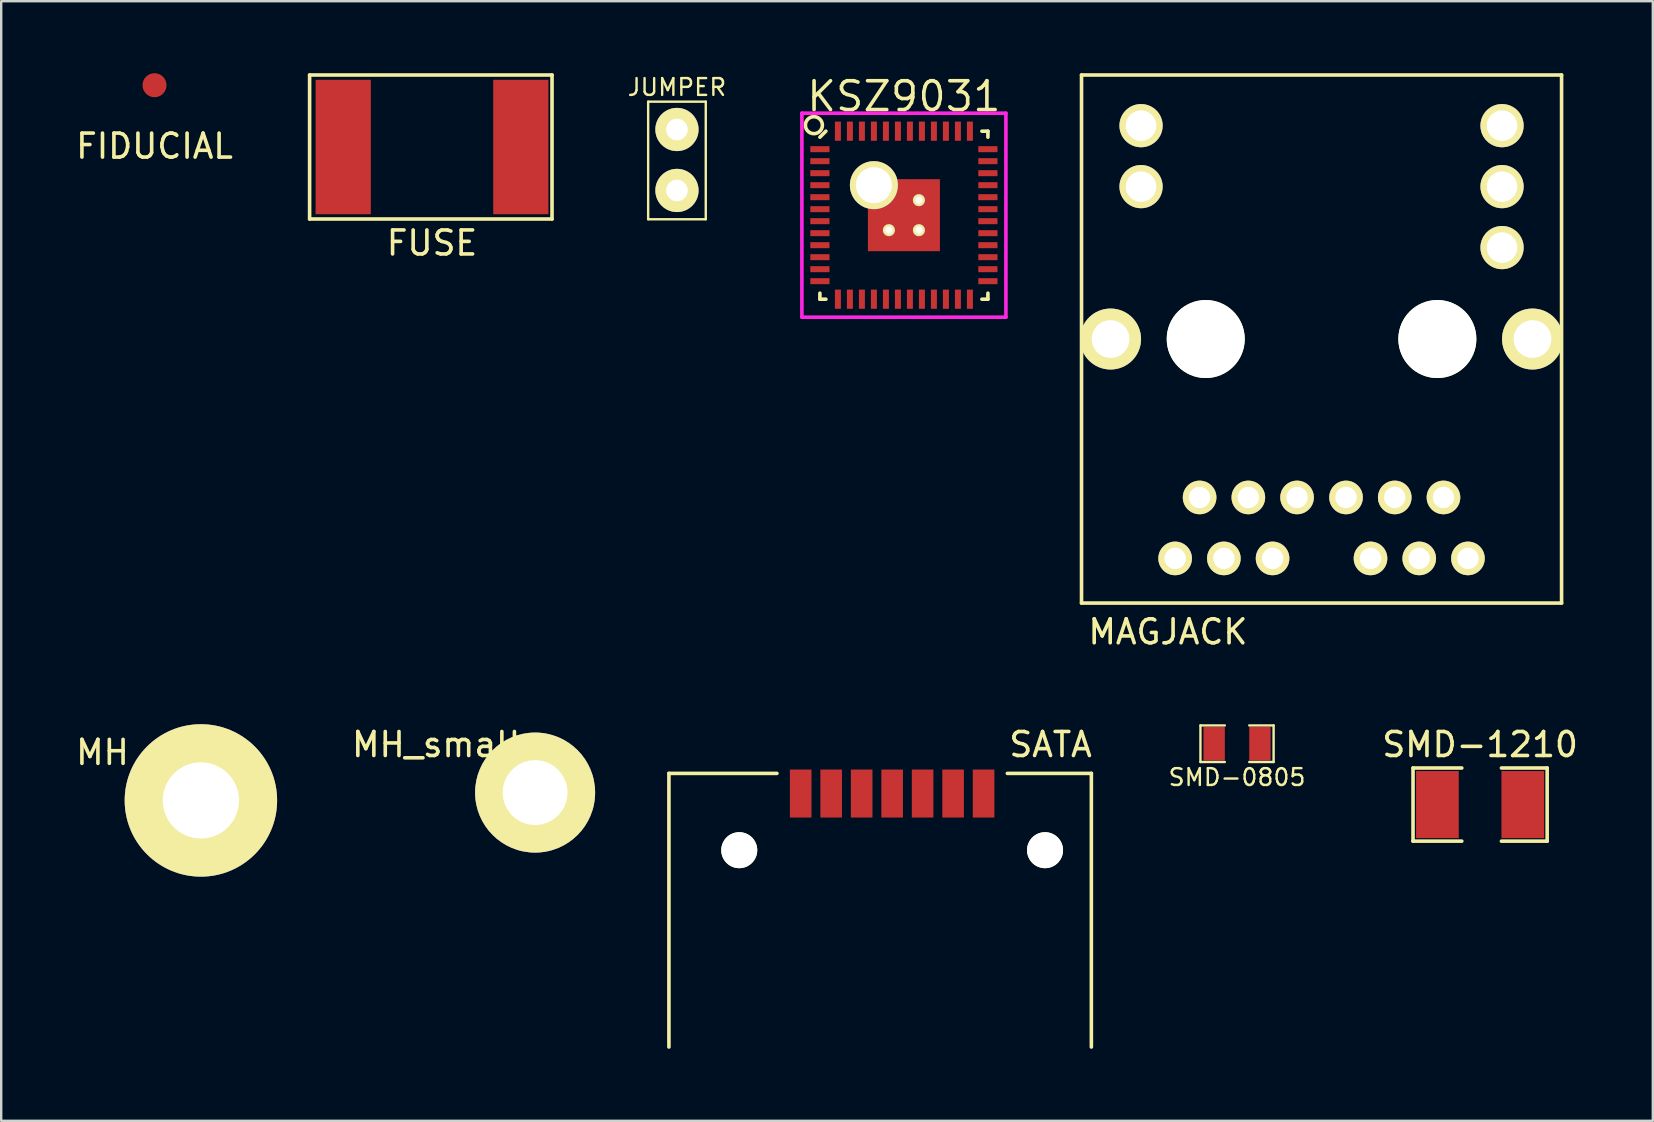
<source format=kicad_pcb>
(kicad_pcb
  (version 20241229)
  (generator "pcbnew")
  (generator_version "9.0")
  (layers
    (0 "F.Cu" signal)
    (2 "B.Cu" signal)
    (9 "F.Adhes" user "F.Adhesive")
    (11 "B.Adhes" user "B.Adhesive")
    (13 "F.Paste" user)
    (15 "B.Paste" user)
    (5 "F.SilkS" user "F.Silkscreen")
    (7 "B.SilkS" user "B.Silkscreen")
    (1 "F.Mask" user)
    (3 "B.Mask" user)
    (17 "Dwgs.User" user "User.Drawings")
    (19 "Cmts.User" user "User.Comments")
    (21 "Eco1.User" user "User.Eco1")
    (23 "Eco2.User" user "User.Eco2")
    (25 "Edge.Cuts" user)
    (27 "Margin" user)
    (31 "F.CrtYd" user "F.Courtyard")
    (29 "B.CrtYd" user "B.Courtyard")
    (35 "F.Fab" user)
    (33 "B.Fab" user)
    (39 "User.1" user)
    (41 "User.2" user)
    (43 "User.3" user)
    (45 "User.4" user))
  (footprint "FIDUCIAL"
    (layer "F.Cu")
    (at 3.387 0.5)
    (property "Reference" "FIDUCIAL" (at 0 2.54 0) (layer "F.SilkS") (effects (font (size 1 1) (thickness 0.15))))
    (attr through_hole)
    (pad "1" smd circle (at 0 0) (size 1 1) (layers "F.Cu" "F.Mask" "F.Paste")))
  (footprint "MAGJACK"
    (layer "F.Cu")
    (at 52.009 11.075)
    (property "Reference" "MAGJACK" (at -6.4 12.2 0) (layer "F.SilkS") (effects (font (size 1 1) (thickness 0.15))))
    (attr through_hole)
    (fp_line (start -10 -11) (end 10 -11) (stroke (width 0.15) (type solid)) (layer "F.SilkS"))
    (fp_line (start -10 11) (end -10 -11) (stroke (width 0.15) (type solid)) (layer "F.SilkS"))
    (fp_line (start 10 -11) (end 10 11) (stroke (width 0.15) (type solid)) (layer "F.SilkS"))
    (fp_line (start 10 11) (end -10 11) (stroke (width 0.15) (type solid)) (layer "F.SilkS"))
    (pad "" np_thru_hole circle (at -4.825 0) (size 3.25 3.25) (drill 3.25) (layers "*.Cu" "*.Mask" "F.SilkS"))
    (pad "" np_thru_hole circle (at 4.825 0) (size 3.25 3.25) (drill 3.25) (layers "*.Cu" "*.Mask" "F.SilkS"))
    (pad "1" thru_hole circle (at -5.08 6.6) (size 1.4 1.4) (drill 0.89) (layers "*.Cu" "*.Mask" "F.SilkS"))
    (pad "2" thru_hole circle (at -3.05 6.6) (size 1.4 1.4) (drill 0.89) (layers "*.Cu" "*.Mask" "F.SilkS"))
    (pad "3" thru_hole circle (at -1.02 6.6) (size 1.4 1.4) (drill 0.89) (layers "*.Cu" "*.Mask" "F.SilkS"))
    (pad "4" thru_hole circle (at 1.02 6.6) (size 1.4 1.4) (drill 0.89) (layers "*.Cu" "*.Mask" "F.SilkS"))
    (pad "5" thru_hole circle (at 3.05 6.6) (size 1.4 1.4) (drill 0.89) (layers "*.Cu" "*.Mask" "F.SilkS"))
    (pad "6" thru_hole circle (at 5.08 6.6) (size 1.4 1.4) (drill 0.89) (layers "*.Cu" "*.Mask" "F.SilkS"))
    (pad "7" thru_hole circle (at -6.1 9.14) (size 1.4 1.4) (drill 0.89) (layers "*.Cu" "*.Mask" "F.SilkS"))
    (pad "8" thru_hole circle (at -4.07 9.14) (size 1.4 1.4) (drill 0.89) (layers "*.Cu" "*.Mask" "F.SilkS"))
    (pad "9" thru_hole circle (at -2.04 9.14) (size 1.4 1.4) (drill 0.89) (layers "*.Cu" "*.Mask" "F.SilkS"))
    (pad "10" thru_hole circle (at 2.04 9.14) (size 1.4 1.4) (drill 0.89) (layers "*.Cu" "*.Mask" "F.SilkS"))
    (pad "11" thru_hole circle (at 4.07 9.14) (size 1.4 1.4) (drill 0.89) (layers "*.Cu" "*.Mask" "F.SilkS"))
    (pad "12" thru_hole circle (at 6.1 9.14) (size 1.4 1.4) (drill 0.89) (layers "*.Cu" "*.Mask" "F.SilkS"))
    (pad "13" thru_hole circle (at -7.52 -6.35) (size 1.8 1.8) (drill 1.27) (layers "*.Cu" "*.Mask" "F.SilkS"))
    (pad "14" thru_hole circle (at -7.52 -8.89) (size 1.8 1.8) (drill 1.27) (layers "*.Cu" "*.Mask" "F.SilkS"))
    (pad "15" thru_hole circle (at 7.52 -3.81) (size 1.8 1.8) (drill 1.27) (layers "*.Cu" "*.Mask" "F.SilkS"))
    (pad "16" thru_hole circle (at 7.52 -6.35) (size 1.8 1.8) (drill 1.27) (layers "*.Cu" "*.Mask" "F.SilkS"))
    (pad "17" thru_hole circle (at 7.52 -8.89) (size 1.8 1.8) (drill 1.27) (layers "*.Cu" "*.Mask" "F.SilkS"))
    (pad "18" thru_hole circle (at -8.79 0) (size 2.54 2.54) (drill 1.57) (layers "*.Cu" "*.Mask" "F.SilkS"))
    (pad "18" thru_hole circle (at 8.79 0) (size 2.54 2.54) (drill 1.57) (layers "*.Cu" "*.Mask" "F.SilkS")))
  (footprint "MH_small"
    (layer "F.Cu")
    (at 19.244 29.971)
    (property "Reference" "MH_small" (at -4.1 -2 0) (layer "F.SilkS") (effects (font (size 1 1) (thickness 0.15))))
    (attr through_hole)
    (pad "" np_thru_hole circle (at 0 0) (size 5 5) (drill 2.7) (layers "*.Cu" "*.Mask" "F.SilkS")))
  (footprint "FUSE"
    (layer "F.Cu")
    (at 14.949 3.075)
    (property "Reference" "FUSE" (at 0 4 0) (layer "F.SilkS") (effects (font (size 1 1) (thickness 0.15))))
    (attr through_hole)
    (fp_line (start -5.1 -3) (end 5 -3) (stroke (width 0.15) (type solid)) (layer "F.SilkS"))
    (fp_line (start -5.1 3) (end -5.1 -3) (stroke (width 0.15) (type solid)) (layer "F.SilkS"))
    (fp_line (start 5 -3) (end 5 3) (stroke (width 0.15) (type solid)) (layer "F.SilkS"))
    (fp_line (start 5 3) (end -5.1 3) (stroke (width 0.15) (type solid)) (layer "F.SilkS"))
    (pad "1" smd rect (at -3.7 0) (size 2.3 5.6) (layers "F.Cu" "F.Mask" "F.Paste"))
    (pad "2" smd rect (at 3.7 0) (size 2.3 5.6) (layers "F.Cu" "F.Mask" "F.Paste")))
  (footprint "SATA"
    (layer "F.Cu")
    (at 34.119 32.371)
    (property "Reference" "SATA" (at 6.6 -4.4 0) (layer "F.SilkS") (effects (font (size 1 1) (thickness 0.15))))
    (attr through_hole)
    (fp_line (start -9.3 -3.2) (end -9.3 8.2) (stroke (width 0.15) (type solid)) (layer "F.SilkS"))
    (fp_line (start -9.3 -3.2) (end -4.8 -3.2) (stroke (width 0.15) (type solid)) (layer "F.SilkS"))
    (fp_line (start 8.3 -3.2) (end 4.8 -3.2) (stroke (width 0.15) (type solid)) (layer "F.SilkS"))
    (fp_line (start 8.3 -3.2) (end 8.3 8.2) (stroke (width 0.15) (type solid)) (layer "F.SilkS"))
    (pad "" np_thru_hole circle (at -6.37 0) (size 1.5 1.5) (drill 1.5) (layers "*.Cu" "*.Mask" "F.SilkS"))
    (pad "" np_thru_hole circle (at 6.37 0) (size 1.5 1.5) (drill 1.5) (layers "*.Cu" "*.Mask" "F.SilkS"))
    (pad "1" smd rect (at 3.81 -2.36) (size 0.9 2) (layers "F.Cu" "F.Mask" "F.Paste"))
    (pad "2" smd rect (at 2.54 -2.36) (size 0.9 2) (layers "F.Cu" "F.Mask" "F.Paste"))
    (pad "3" smd rect (at 1.27 -2.36) (size 0.9 2) (layers "F.Cu" "F.Mask" "F.Paste"))
    (pad "4" smd rect (at 0 -2.36) (size 0.9 2) (layers "F.Cu" "F.Mask" "F.Paste"))
    (pad "5" smd rect (at -1.27 -2.36) (size 0.9 2) (layers "F.Cu" "F.Mask" "F.Paste"))
    (pad "6" smd rect (at -2.54 -2.36) (size 0.9 2) (layers "F.Cu" "F.Mask" "F.Paste"))
    (pad "7" smd rect (at -3.81 -2.36) (size 0.9 2) (layers "F.Cu" "F.Mask" "F.Paste")))
  (footprint "KSZ9031"
    (layer "F.Cu")
    (at 34.609 5.915)
    (property "Reference" "KSZ9031" (at 0 -4.95 0) (layer "F.SilkS") (effects (font (size 1.2 1.2) (thickness 0.15))))
    (attr through_hole)
    (fp_line (start -3.5 -3.25) (end -3.25 -3.5) (stroke (width 0.15) (type solid)) (layer "F.SilkS"))
    (fp_line (start -3.5 3.5) (end -3.5 3.25) (stroke (width 0.15) (type solid)) (layer "F.SilkS"))
    (fp_line (start -3.25 3.5) (end -3.5 3.5) (stroke (width 0.15) (type solid)) (layer "F.SilkS"))
    (fp_line (start 3.25 -3.5) (end 3.5 -3.5) (stroke (width 0.15) (type solid)) (layer "F.SilkS"))
    (fp_line (start 3.25 3.5) (end 3.5 3.5) (stroke (width 0.15) (type solid)) (layer "F.SilkS"))
    (fp_line (start 3.5 -3.5) (end 3.5 -3.25) (stroke (width 0.15) (type solid)) (layer "F.SilkS"))
    (fp_line (start 3.5 3.5) (end 3.5 3.25) (stroke (width 0.15) (type solid)) (layer "F.SilkS"))
    (fp_circle (center -3.75 -3.75) (end -4 -4) (stroke (width 0.15) (type solid)) (fill no) (layer "F.SilkS"))
    (fp_line (start -4.25 -4.25) (end 4.25 -4.25) (stroke (width 0.15) (type solid)) (layer "F.CrtYd"))
    (fp_line (start -4.25 4.25) (end -4.25 -4.25) (stroke (width 0.15) (type solid)) (layer "F.CrtYd"))
    (fp_line (start 4.25 -4.25) (end 4.25 4.25) (stroke (width 0.15) (type solid)) (layer "F.CrtYd"))
    (fp_line (start 4.25 4.25) (end -4.25 4.25) (stroke (width 0.15) (type solid)) (layer "F.CrtYd"))
    (pad "1" smd rect (at -3.5 -2.75 90) (size 0.25 0.8) (layers "F.Cu" "F.Mask" "F.Paste"))
    (pad "2" smd rect (at -3.5 -2.25 90) (size 0.25 0.8) (layers "F.Cu" "F.Mask" "F.Paste"))
    (pad "3" smd rect (at -3.5 -1.75 90) (size 0.25 0.8) (layers "F.Cu" "F.Mask" "F.Paste"))
    (pad "4" smd rect (at -3.5 -1.25 90) (size 0.25 0.8) (layers "F.Cu" "F.Mask" "F.Paste"))
    (pad "5" smd rect (at -3.5 -0.75 90) (size 0.25 0.8) (layers "F.Cu" "F.Mask" "F.Paste"))
    (pad "6" smd rect (at -3.5 -0.25 90) (size 0.25 0.8) (layers "F.Cu" "F.Mask" "F.Paste"))
    (pad "7" smd rect (at -3.5 0.25 90) (size 0.25 0.8) (layers "F.Cu" "F.Mask" "F.Paste"))
    (pad "8" smd rect (at -3.5 0.75 90) (size 0.25 0.8) (layers "F.Cu" "F.Mask" "F.Paste"))
    (pad "9" smd rect (at -3.5 1.25 90) (size 0.25 0.8) (layers "F.Cu" "F.Mask" "F.Paste"))
    (pad "10" smd rect (at -3.5 1.75 90) (size 0.25 0.8) (layers "F.Cu" "F.Mask" "F.Paste"))
    (pad "11" smd rect (at -3.5 2.25 90) (size 0.25 0.8) (layers "F.Cu" "F.Mask" "F.Paste"))
    (pad "12" smd rect (at -3.5 2.75 90) (size 0.25 0.8) (layers "F.Cu" "F.Mask" "F.Paste"))
    (pad "13" smd rect (at -2.75 3.5) (size 0.25 0.8) (layers "F.Cu" "F.Mask" "F.Paste"))
    (pad "14" smd rect (at -2.25 3.5) (size 0.25 0.8) (layers "F.Cu" "F.Mask" "F.Paste"))
    (pad "15" smd rect (at -1.75 3.5) (size 0.25 0.8) (layers "F.Cu" "F.Mask" "F.Paste"))
    (pad "16" smd rect (at -1.25 3.5) (size 0.25 0.8) (layers "F.Cu" "F.Mask" "F.Paste"))
    (pad "17" smd rect (at -0.75 3.5) (size 0.25 0.8) (layers "F.Cu" "F.Mask" "F.Paste"))
    (pad "18" smd rect (at -0.25 3.5) (size 0.25 0.8) (layers "F.Cu" "F.Mask" "F.Paste"))
    (pad "19" smd rect (at 0.25 3.5) (size 0.25 0.8) (layers "F.Cu" "F.Mask" "F.Paste"))
    (pad "20" smd rect (at 0.75 3.5) (size 0.25 0.8) (layers "F.Cu" "F.Mask" "F.Paste"))
    (pad "21" smd rect (at 1.25 3.5) (size 0.25 0.8) (layers "F.Cu" "F.Mask" "F.Paste"))
    (pad "22" smd rect (at 1.75 3.5) (size 0.25 0.8) (layers "F.Cu" "F.Mask" "F.Paste"))
    (pad "23" smd rect (at 2.25 3.5) (size 0.25 0.8) (layers "F.Cu" "F.Mask" "F.Paste"))
    (pad "24" smd rect (at 2.75 3.5) (size 0.25 0.8) (layers "F.Cu" "F.Mask" "F.Paste"))
    (pad "25" smd rect (at 3.5 2.75 90) (size 0.25 0.8) (layers "F.Cu" "F.Mask" "F.Paste"))
    (pad "26" smd rect (at 3.5 2.25 90) (size 0.25 0.8) (layers "F.Cu" "F.Mask" "F.Paste"))
    (pad "27" smd rect (at 3.5 1.75 90) (size 0.25 0.8) (layers "F.Cu" "F.Mask" "F.Paste"))
    (pad "28" smd rect (at 3.5 1.25 90) (size 0.25 0.8) (layers "F.Cu" "F.Mask" "F.Paste"))
    (pad "29" smd rect (at 3.5 0.75 90) (size 0.25 0.8) (layers "F.Cu" "F.Mask" "F.Paste"))
    (pad "30" smd rect (at 3.5 0.25 90) (size 0.25 0.8) (layers "F.Cu" "F.Mask" "F.Paste"))
    (pad "31" smd rect (at 3.5 -0.25 90) (size 0.25 0.8) (layers "F.Cu" "F.Mask" "F.Paste"))
    (pad "32" smd rect (at 3.5 -0.75 90) (size 0.25 0.8) (layers "F.Cu" "F.Mask" "F.Paste"))
    (pad "33" smd rect (at 3.5 -1.25 90) (size 0.25 0.8) (layers "F.Cu" "F.Mask" "F.Paste"))
    (pad "34" smd rect (at 3.5 -1.75 90) (size 0.25 0.8) (layers "F.Cu" "F.Mask" "F.Paste"))
    (pad "35" smd rect (at 3.5 -2.25 90) (size 0.25 0.8) (layers "F.Cu" "F.Mask" "F.Paste"))
    (pad "36" smd rect (at 3.5 -2.75 90) (size 0.25 0.8) (layers "F.Cu" "F.Mask" "F.Paste"))
    (pad "37" smd rect (at 2.75 -3.5) (size 0.25 0.8) (layers "F.Cu" "F.Mask" "F.Paste"))
    (pad "38" smd rect (at 2.25 -3.5) (size 0.25 0.8) (layers "F.Cu" "F.Mask" "F.Paste"))
    (pad "39" smd rect (at 1.75 -3.5) (size 0.25 0.8) (layers "F.Cu" "F.Mask" "F.Paste"))
    (pad "40" smd rect (at 1.25 -3.5) (size 0.25 0.8) (layers "F.Cu" "F.Mask" "F.Paste"))
    (pad "41" smd rect (at 0.75 -3.5) (size 0.25 0.8) (layers "F.Cu" "F.Mask" "F.Paste"))
    (pad "42" smd rect (at 0.25 -3.5) (size 0.25 0.8) (layers "F.Cu" "F.Mask" "F.Paste"))
    (pad "43" smd rect (at -0.25 -3.5) (size 0.25 0.8) (layers "F.Cu" "F.Mask" "F.Paste"))
    (pad "44" smd rect (at -0.75 -3.5) (size 0.25 0.8) (layers "F.Cu" "F.Mask" "F.Paste"))
    (pad "45" smd rect (at -1.25 -3.5) (size 0.25 0.8) (layers "F.Cu" "F.Mask" "F.Paste"))
    (pad "46" smd rect (at -1.75 -3.5) (size 0.25 0.8) (layers "F.Cu" "F.Mask" "F.Paste"))
    (pad "47" smd rect (at -2.25 -3.5) (size 0.25 0.8) (layers "F.Cu" "F.Mask" "F.Paste"))
    (pad "48" smd rect (at -2.75 -3.5) (size 0.25 0.8) (layers "F.Cu" "F.Mask" "F.Paste"))
    (pad "49" thru_hole circle (at -1.25 -1.25) (size 2 2) (drill 1.5) (layers "*.Cu" "*.Mask" "F.SilkS"))
    (pad "49" smd rect (at -0.625 -0.625) (size 0.93 0.93) (layers "F.Cu" "F.Mask" "F.Paste"))
    (pad "49" thru_hole circle (at -0.625 0.625) (size 0.5 0.5) (drill 0.3) (layers "*.Cu" "*.Mask" "F.SilkS"))
    (pad "49" smd rect (at -0.625 0.625) (size 0.93 0.93) (layers "F.Cu" "F.Mask" "F.Paste"))
    (pad "49" smd rect (at 0 0) (size 3 3) (layers "F.Cu" "F.Mask"))
    (pad "49" thru_hole circle (at 0.625 -0.625) (size 0.5 0.5) (drill 0.3) (layers "*.Cu" "*.Mask" "F.SilkS"))
    (pad "49" smd rect (at 0.625 -0.625) (size 0.93 0.93) (layers "F.Cu" "F.Mask" "F.Paste"))
    (pad "49" thru_hole circle (at 0.625 0.625) (size 0.5 0.5) (drill 0.3) (layers "*.Cu" "*.Mask" "F.SilkS"))
    (pad "49" smd rect (at 0.625 0.625) (size 0.93 0.93) (layers "F.Cu" "F.Mask" "F.Paste")))
  (footprint "SMD-1210"
    (layer "F.Cu")
    (at 58.615 30.471)
    (property "Reference" "SMD-1210" (at 0 -2.5 0) (layer "F.SilkS") (effects (font (size 1 1) (thickness 0.15))))
    (attr smd)
    (fp_line (start -2.794 -1.524) (end -2.794 1.524) (stroke (width 0.15) (type solid)) (layer "F.SilkS"))
    (fp_line (start -2.794 1.524) (end -0.762 1.524) (stroke (width 0.15) (type solid)) (layer "F.SilkS"))
    (fp_line (start -0.762 -1.524) (end -2.794 -1.524) (stroke (width 0.15) (type solid)) (layer "F.SilkS"))
    (fp_line (start 0.889 1.524) (end 2.794 1.524) (stroke (width 0.15) (type solid)) (layer "F.SilkS"))
    (fp_line (start 2.794 -1.524) (end 0.889 -1.524) (stroke (width 0.15) (type solid)) (layer "F.SilkS"))
    (fp_line (start 2.794 1.524) (end 2.794 -1.524) (stroke (width 0.15) (type solid)) (layer "F.SilkS"))
    (pad "1" smd rect (at -1.778 0) (size 1.778 2.794) (layers "F.Cu" "F.Mask" "F.Paste"))
    (pad "2" smd rect (at 1.778 0) (size 1.778 2.794) (layers "F.Cu" "F.Mask" "F.Paste")))
  (footprint "JUMPER"
    (layer "F.Cu")
    (at 25.154 4.885)
    (property "Reference" "JUMPER" (at 0 -4.3 0) (layer "F.SilkS") (effects (font (size 0.7 0.7) (thickness 0.1))))
    (attr through_hole)
    (fp_line (start -1.2 -3.7) (end -1.2 1.2) (stroke (width 0.1) (type solid)) (layer "F.SilkS"))
    (fp_line (start -1.2 1.2) (end 1.2 1.2) (stroke (width 0.1) (type solid)) (layer "F.SilkS"))
    (fp_line (start 1.2 -3.7) (end -1.2 -3.7) (stroke (width 0.1) (type solid)) (layer "F.SilkS"))
    (fp_line (start 1.2 1.2) (end 1.2 -3.7) (stroke (width 0.1) (type solid)) (layer "F.SilkS"))
    (pad "1" thru_hole circle (at 0 0) (size 1.8 1.8) (drill 0.9) (layers "*.Cu" "*.Mask" "F.SilkS"))
    (pad "2" thru_hole circle (at 0 -2.54) (size 1.8 1.8) (drill 0.9) (layers "*.Cu" "*.Mask" "F.SilkS")))
  (footprint "SMD-0805"
    (layer "F.Cu")
    (at 48.488 27.935)
    (property "Reference" "SMD-0805" (at 0 1.4 0) (layer "F.SilkS") (effects (font (size 0.7 0.7) (thickness 0.1))))
    (attr smd)
    (fp_line (start -1.524 -0.762) (end -0.508 -0.762) (stroke (width 0.099) (type solid)) (layer "F.SilkS"))
    (fp_line (start -1.524 0.762) (end -1.524 -0.762) (stroke (width 0.099) (type solid)) (layer "F.SilkS"))
    (fp_line (start -0.508 0.762) (end -1.524 0.762) (stroke (width 0.099) (type solid)) (layer "F.SilkS"))
    (fp_line (start 0.508 -0.762) (end 1.524 -0.762) (stroke (width 0.099) (type solid)) (layer "F.SilkS"))
    (fp_line (start 1.524 -0.762) (end 1.524 0.762) (stroke (width 0.099) (type solid)) (layer "F.SilkS"))
    (fp_line (start 1.524 0.762) (end 0.508 0.762) (stroke (width 0.099) (type solid)) (layer "F.SilkS"))
    (pad "1" smd rect (at -0.953 0) (size 0.889 1.397) (layers "F.Cu" "F.Mask" "F.Paste"))
    (pad "2" smd rect (at 0.953 0) (size 0.889 1.397) (layers "F.Cu" "F.Mask" "F.Paste")))
  (footprint "MH"
    (layer "F.Cu")
    (at 5.32 30.298)
    (property "Reference" "MH" (at -4.1 -2 0) (layer "F.SilkS") (effects (font (size 1 1) (thickness 0.15))))
    (attr through_hole)
    (pad "" np_thru_hole circle (at 0 0) (size 6.35 6.35) (drill 3.175) (layers "*.Cu" "*.Mask" "F.SilkS")))
  (gr_rect
    (start -3 -3)
    (end 65.811 43.647)
    (stroke (width 0.1) (type default))
    (fill no)
    (layer "Edge.Cuts")))
</source>
